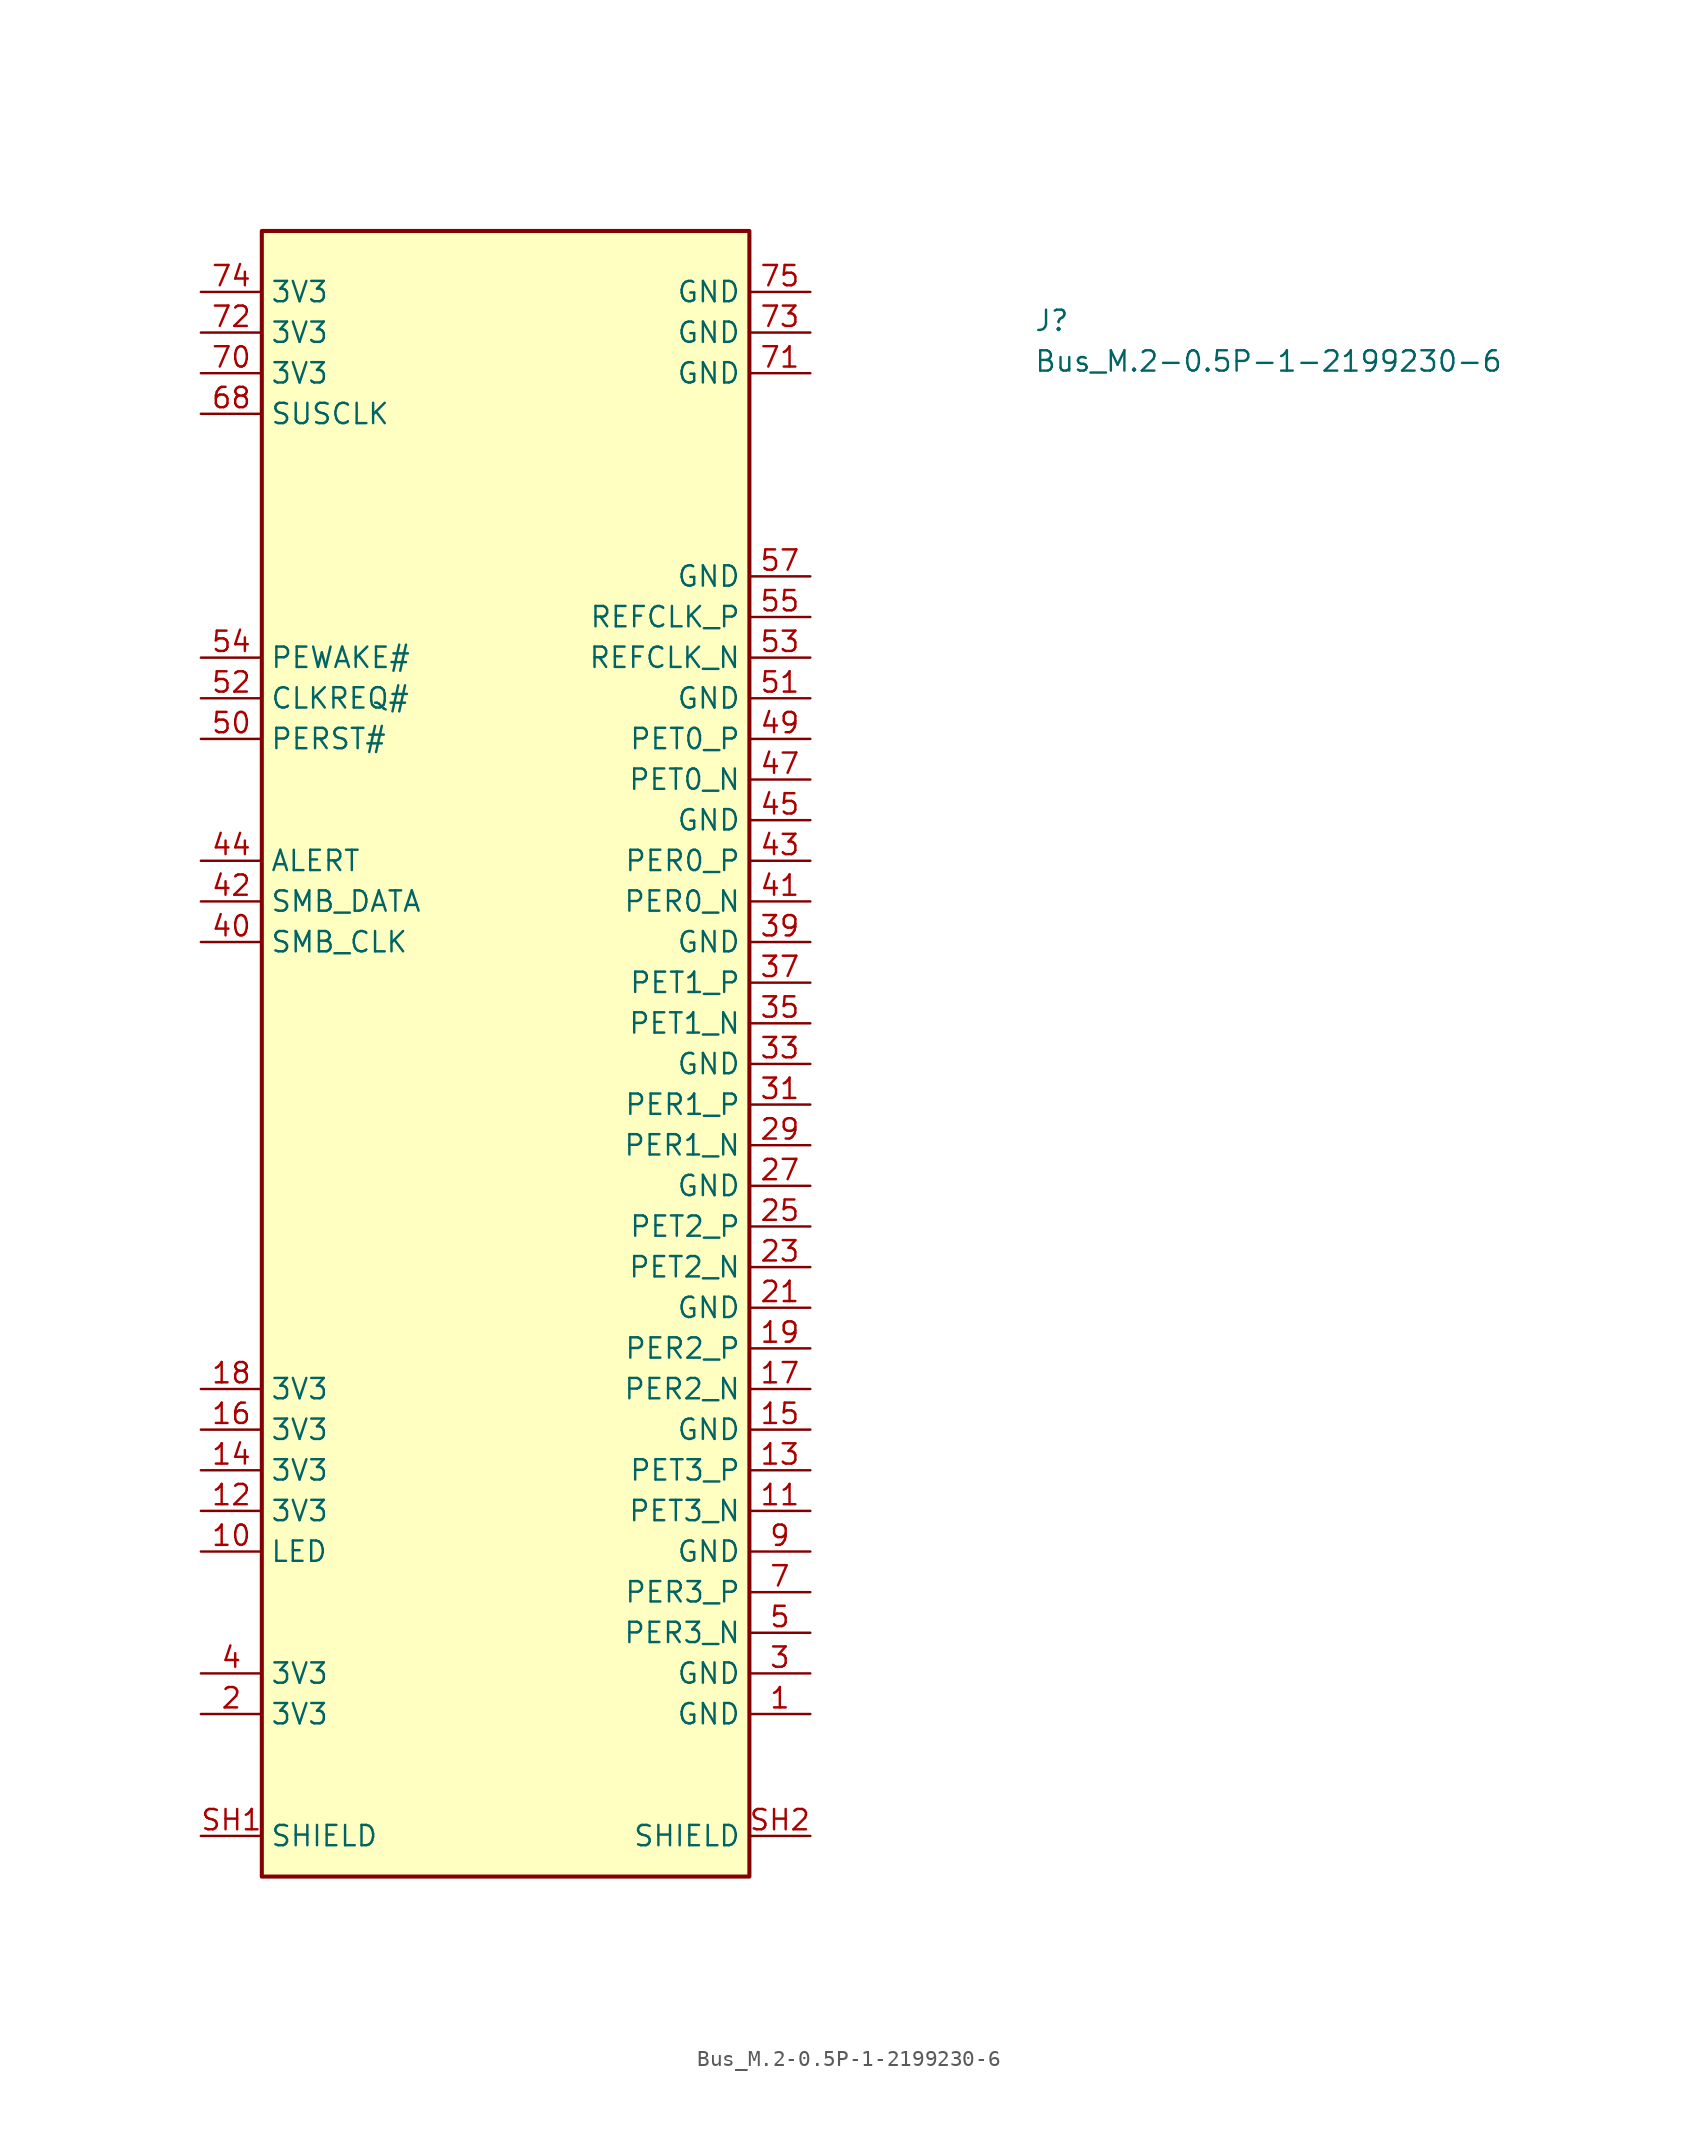
<source format=kicad_sym>
(kicad_symbol_lib
  (version 20211014)
  (generator kicad_symbol_editor)
  (symbol "Bus_M.2-0.5P-1-2199230-6"
    (property "Reference" "J"
      (at 52.07 -2.54 0)
      (effects (font (size 1.27 1.27) (thickness 0.15)) (justify left bottom)))
    (property "Value" "Bus_M.2-0.5P-1-2199230-6"
      (at 52.07 -5.08 0)
      (effects (font (size 1.27 1.27) (thickness 0.15)) (justify left bottom)))
    (symbol "Bus_M.2-0.5P-1-2199230-6_1_1"
      (rectangle (start 3.81 -99.06) (end 34.29 3.81) (stroke (width 0.254) (type default) (color 0 0 0 0)) (fill (type background)))
      (pin passive line (at 38.1 -88.9 180) (length 3.81) (name "GND" (effects (font (size 1.27 1.27)))) (number "1" (effects (font (size 1.27 1.27)))))
      (pin passive line (at 0 -78.74 0) (length 3.81) (name "LED" (effects (font (size 1.27 1.27)))) (number "10" (effects (font (size 1.27 1.27)))))
      (pin passive line (at 38.1 -76.2 180) (length 3.81) (name "PET3_N" (effects (font (size 1.27 1.27)))) (number "11" (effects (font (size 1.27 1.27)))))
      (pin passive line (at 0 -76.2 0) (length 3.81) (name "3V3" (effects (font (size 1.27 1.27)))) (number "12" (effects (font (size 1.27 1.27)))))
      (pin passive line (at 38.1 -73.66 180) (length 3.81) (name "PET3_P" (effects (font (size 1.27 1.27)))) (number "13" (effects (font (size 1.27 1.27)))))
      (pin passive line (at 0 -73.66 0) (length 3.81) (name "3V3" (effects (font (size 1.27 1.27)))) (number "14" (effects (font (size 1.27 1.27)))))
      (pin passive line (at 38.1 -71.12 180) (length 3.81) (name "GND" (effects (font (size 1.27 1.27)))) (number "15" (effects (font (size 1.27 1.27)))))
      (pin passive line (at 0 -71.12 0) (length 3.81) (name "3V3" (effects (font (size 1.27 1.27)))) (number "16" (effects (font (size 1.27 1.27)))))
      (pin passive line (at 38.1 -68.58 180) (length 3.81) (name "PER2_N" (effects (font (size 1.27 1.27)))) (number "17" (effects (font (size 1.27 1.27)))))
      (pin passive line (at 0 -68.58 0) (length 3.81) (name "3V3" (effects (font (size 1.27 1.27)))) (number "18" (effects (font (size 1.27 1.27)))))
      (pin passive line (at 38.1 -66.04 180) (length 3.81) (name "PER2_P" (effects (font (size 1.27 1.27)))) (number "19" (effects (font (size 1.27 1.27)))))
      (pin passive line (at 0 -88.9 0) (length 3.81) (name "3V3" (effects (font (size 1.27 1.27)))) (number "2" (effects (font (size 1.27 1.27)))))
      (pin no_connect line (at 3.81 -66.04 0) (length 3.81) hide (name "NC" (effects (font (size 1.27 1.27)))) (number "20" (effects (font (size 1.27 1.27)))))
      (pin passive line (at 38.1 -63.5 180) (length 3.81) (name "GND" (effects (font (size 1.27 1.27)))) (number "21" (effects (font (size 1.27 1.27)))))
      (pin no_connect line (at 3.81 -63.5 0) (length 3.81) hide (name "NC" (effects (font (size 1.27 1.27)))) (number "22" (effects (font (size 1.27 1.27)))))
      (pin passive line (at 38.1 -60.96 180) (length 3.81) (name "PET2_N" (effects (font (size 1.27 1.27)))) (number "23" (effects (font (size 1.27 1.27)))))
      (pin no_connect line (at 3.81 -60.96 0) (length 3.81) hide (name "NC" (effects (font (size 1.27 1.27)))) (number "24" (effects (font (size 1.27 1.27)))))
      (pin passive line (at 38.1 -58.42 180) (length 3.81) (name "PET2_P" (effects (font (size 1.27 1.27)))) (number "25" (effects (font (size 1.27 1.27)))))
      (pin no_connect line (at 3.81 -58.42 0) (length 3.81) hide (name "NC" (effects (font (size 1.27 1.27)))) (number "26" (effects (font (size 1.27 1.27)))))
      (pin passive line (at 38.1 -55.88 180) (length 3.81) (name "GND" (effects (font (size 1.27 1.27)))) (number "27" (effects (font (size 1.27 1.27)))))
      (pin no_connect line (at 3.81 -55.88 0) (length 3.81) hide (name "NC" (effects (font (size 1.27 1.27)))) (number "28" (effects (font (size 1.27 1.27)))))
      (pin passive line (at 38.1 -53.34 180) (length 3.81) (name "PER1_N" (effects (font (size 1.27 1.27)))) (number "29" (effects (font (size 1.27 1.27)))))
      (pin passive line (at 38.1 -86.36 180) (length 3.81) (name "GND" (effects (font (size 1.27 1.27)))) (number "3" (effects (font (size 1.27 1.27)))))
      (pin no_connect line (at 3.81 -53.34 0) (length 3.81) hide (name "NC" (effects (font (size 1.27 1.27)))) (number "30" (effects (font (size 1.27 1.27)))))
      (pin passive line (at 38.1 -50.8 180) (length 3.81) (name "PER1_P" (effects (font (size 1.27 1.27)))) (number "31" (effects (font (size 1.27 1.27)))))
      (pin no_connect line (at 3.81 -50.8 0) (length 3.81) hide (name "NC" (effects (font (size 1.27 1.27)))) (number "32" (effects (font (size 1.27 1.27)))))
      (pin passive line (at 38.1 -48.26 180) (length 3.81) (name "GND" (effects (font (size 1.27 1.27)))) (number "33" (effects (font (size 1.27 1.27)))))
      (pin no_connect line (at 3.81 -48.26 0) (length 3.81) hide (name "NC" (effects (font (size 1.27 1.27)))) (number "34" (effects (font (size 1.27 1.27)))))
      (pin passive line (at 38.1 -45.72 180) (length 3.81) (name "PET1_N" (effects (font (size 1.27 1.27)))) (number "35" (effects (font (size 1.27 1.27)))))
      (pin no_connect line (at 3.81 -45.72 0) (length 3.81) hide (name "NC" (effects (font (size 1.27 1.27)))) (number "36" (effects (font (size 1.27 1.27)))))
      (pin passive line (at 38.1 -43.18 180) (length 3.81) (name "PET1_P" (effects (font (size 1.27 1.27)))) (number "37" (effects (font (size 1.27 1.27)))))
      (pin no_connect line (at 3.81 -43.18 0) (length 3.81) hide (name "NC" (effects (font (size 1.27 1.27)))) (number "38" (effects (font (size 1.27 1.27)))))
      (pin passive line (at 38.1 -40.64 180) (length 3.81) (name "GND" (effects (font (size 1.27 1.27)))) (number "39" (effects (font (size 1.27 1.27)))))
      (pin passive line (at 0 -86.36 0) (length 3.81) (name "3V3" (effects (font (size 1.27 1.27)))) (number "4" (effects (font (size 1.27 1.27)))))
      (pin passive line (at 0 -40.64 0) (length 3.81) (name "SMB_CLK" (effects (font (size 1.27 1.27)))) (number "40" (effects (font (size 1.27 1.27)))))
      (pin passive line (at 38.1 -38.1 180) (length 3.81) (name "PER0_N" (effects (font (size 1.27 1.27)))) (number "41" (effects (font (size 1.27 1.27)))))
      (pin passive line (at 0 -38.1 0) (length 3.81) (name "SMB_DATA" (effects (font (size 1.27 1.27)))) (number "42" (effects (font (size 1.27 1.27)))))
      (pin passive line (at 38.1 -35.56 180) (length 3.81) (name "PER0_P" (effects (font (size 1.27 1.27)))) (number "43" (effects (font (size 1.27 1.27)))))
      (pin passive line (at 0 -35.56 0) (length 3.81) (name "ALERT" (effects (font (size 1.27 1.27)))) (number "44" (effects (font (size 1.27 1.27)))))
      (pin passive line (at 38.1 -33.02 180) (length 3.81) (name "GND" (effects (font (size 1.27 1.27)))) (number "45" (effects (font (size 1.27 1.27)))))
      (pin no_connect line (at 3.81 -33.02 0) (length 3.81) hide (name "NC" (effects (font (size 1.27 1.27)))) (number "46" (effects (font (size 1.27 1.27)))))
      (pin passive line (at 38.1 -30.48 180) (length 3.81) (name "PET0_N" (effects (font (size 1.27 1.27)))) (number "47" (effects (font (size 1.27 1.27)))))
      (pin no_connect line (at 3.81 -30.48 0) (length 3.81) hide (name "NC" (effects (font (size 1.27 1.27)))) (number "48" (effects (font (size 1.27 1.27)))))
      (pin passive line (at 38.1 -27.94 180) (length 3.81) (name "PET0_P" (effects (font (size 1.27 1.27)))) (number "49" (effects (font (size 1.27 1.27)))))
      (pin passive line (at 38.1 -83.82 180) (length 3.81) (name "PER3_N" (effects (font (size 1.27 1.27)))) (number "5" (effects (font (size 1.27 1.27)))))
      (pin passive line (at 0 -27.94 0) (length 3.81) (name "PERST#" (effects (font (size 1.27 1.27)))) (number "50" (effects (font (size 1.27 1.27)))))
      (pin passive line (at 38.1 -25.4 180) (length 3.81) (name "GND" (effects (font (size 1.27 1.27)))) (number "51" (effects (font (size 1.27 1.27)))))
      (pin passive line (at 0 -25.4 0) (length 3.81) (name "CLKREQ#" (effects (font (size 1.27 1.27)))) (number "52" (effects (font (size 1.27 1.27)))))
      (pin passive line (at 38.1 -22.86 180) (length 3.81) (name "REFCLK_N" (effects (font (size 1.27 1.27)))) (number "53" (effects (font (size 1.27 1.27)))))
      (pin passive line (at 0 -22.86 0) (length 3.81) (name "PEWAKE#" (effects (font (size 1.27 1.27)))) (number "54" (effects (font (size 1.27 1.27)))))
      (pin passive line (at 38.1 -20.32 180) (length 3.81) (name "REFCLK_P" (effects (font (size 1.27 1.27)))) (number "55" (effects (font (size 1.27 1.27)))))
      (pin no_connect line (at 3.81 -20.32 0) (length 3.81) hide (name "NC" (effects (font (size 1.27 1.27)))) (number "56" (effects (font (size 1.27 1.27)))))
      (pin passive line (at 38.1 -17.78 180) (length 3.81) (name "GND" (effects (font (size 1.27 1.27)))) (number "57" (effects (font (size 1.27 1.27)))))
      (pin no_connect line (at 3.81 -17.78 0) (length 3.81) hide (name "NC" (effects (font (size 1.27 1.27)))) (number "58" (effects (font (size 1.27 1.27)))))
      (pin no_connect line (at 3.81 -83.82 0) (length 3.81) hide (name "NC" (effects (font (size 1.27 1.27)))) (number "6" (effects (font (size 1.27 1.27)))))
      (pin no_connect line (at 34.29 -10.16 180) (length 3.81) hide (name "NC" (effects (font (size 1.27 1.27)))) (number "67" (effects (font (size 1.27 1.27)))))
      (pin passive line (at 0 -7.62 0) (length 3.81) (name "SUSCLK" (effects (font (size 1.27 1.27)))) (number "68" (effects (font (size 1.27 1.27)))))
      (pin no_connect line (at 34.29 -7.62 180) (length 3.81) hide (name "NC" (effects (font (size 1.27 1.27)))) (number "69" (effects (font (size 1.27 1.27)))))
      (pin passive line (at 38.1 -81.28 180) (length 3.81) (name "PER3_P" (effects (font (size 1.27 1.27)))) (number "7" (effects (font (size 1.27 1.27)))))
      (pin passive line (at 0 -5.08 0) (length 3.81) (name "3V3" (effects (font (size 1.27 1.27)))) (number "70" (effects (font (size 1.27 1.27)))))
      (pin passive line (at 38.1 -5.08 180) (length 3.81) (name "GND" (effects (font (size 1.27 1.27)))) (number "71" (effects (font (size 1.27 1.27)))))
      (pin passive line (at 0 -2.54 0) (length 3.81) (name "3V3" (effects (font (size 1.27 1.27)))) (number "72" (effects (font (size 1.27 1.27)))))
      (pin passive line (at 38.1 -2.54 180) (length 3.81) (name "GND" (effects (font (size 1.27 1.27)))) (number "73" (effects (font (size 1.27 1.27)))))
      (pin passive line (at 0 0 0) (length 3.81) (name "3V3" (effects (font (size 1.27 1.27)))) (number "74" (effects (font (size 1.27 1.27)))))
      (pin passive line (at 38.1 0 180) (length 3.81) (name "GND" (effects (font (size 1.27 1.27)))) (number "75" (effects (font (size 1.27 1.27)))))
      (pin no_connect line (at 3.81 -81.28 0) (length 3.81) hide (name "NC" (effects (font (size 1.27 1.27)))) (number "8" (effects (font (size 1.27 1.27)))))
      (pin passive line (at 38.1 -78.74 180) (length 3.81) (name "GND" (effects (font (size 1.27 1.27)))) (number "9" (effects (font (size 1.27 1.27)))))
      (pin passive line (at 0 -96.52 0) (length 3.81) (name "SHIELD" (effects (font (size 1.27 1.27)))) (number "SH1" (effects (font (size 1.27 1.27)))))
      (pin passive line (at 38.1 -96.52 180) (length 3.81) (name "SHIELD" (effects (font (size 1.27 1.27)))) (number "SH2" (effects (font (size 1.27 1.27))))))))
</source>
